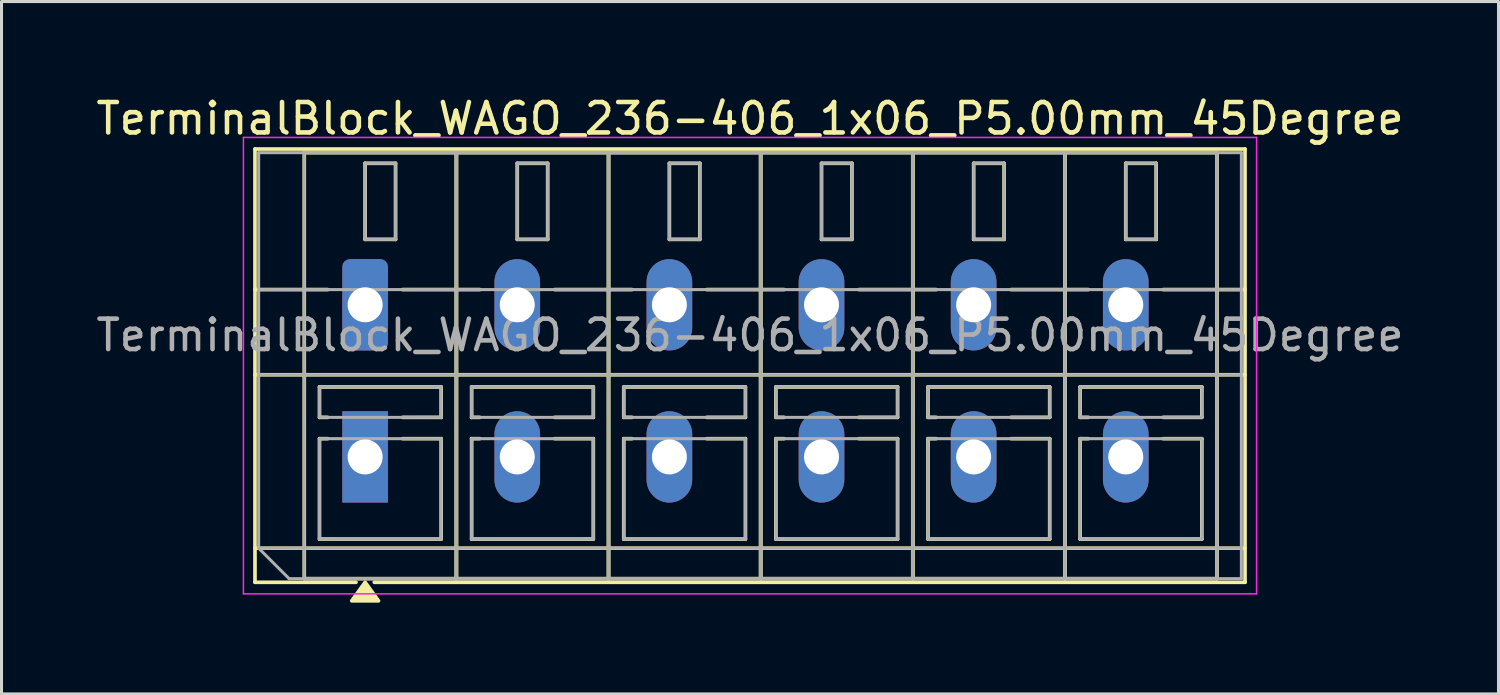
<source format=kicad_pcb>
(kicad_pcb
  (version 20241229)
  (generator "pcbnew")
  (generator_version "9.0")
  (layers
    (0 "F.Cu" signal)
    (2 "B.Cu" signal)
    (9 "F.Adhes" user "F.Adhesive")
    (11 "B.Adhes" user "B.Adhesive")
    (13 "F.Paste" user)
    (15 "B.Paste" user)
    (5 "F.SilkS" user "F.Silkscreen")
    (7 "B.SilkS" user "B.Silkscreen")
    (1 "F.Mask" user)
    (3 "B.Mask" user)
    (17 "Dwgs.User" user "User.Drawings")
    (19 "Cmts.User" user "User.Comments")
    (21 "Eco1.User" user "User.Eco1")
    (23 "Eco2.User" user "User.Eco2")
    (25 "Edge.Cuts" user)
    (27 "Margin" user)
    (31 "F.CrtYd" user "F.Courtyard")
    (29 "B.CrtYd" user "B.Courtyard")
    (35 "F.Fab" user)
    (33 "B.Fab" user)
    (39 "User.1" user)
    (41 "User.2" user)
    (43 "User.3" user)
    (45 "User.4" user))
  (footprint "TerminalBlock_WAGO_236-406_1x06_P5.00mm_45Degree"
    (layer "F.Cu")
    (at 8.951 6.968)
    (property "Reference" "TerminalBlock_WAGO_236-406_1x06_P5.00mm_45Degree" (at 12.65 -6.12 0) (layer "F.SilkS") (effects (font (size 1 1) (thickness 0.15))))
    (attr through_hole)
    (fp_line (start -3.62 -5.12) (end -3.62 9.12) (stroke (width 0.12) (type solid)) (layer "F.SilkS"))
    (fp_line (start -3.62 -5.12) (end 28.92 -5.12) (stroke (width 0.12) (type solid)) (layer "F.SilkS"))
    (fp_line (start -3.62 -0.5) (end -1.23 -0.5) (stroke (width 0.12) (type solid)) (layer "F.SilkS"))
    (fp_line (start -3.62 2.3) (end 28.92 2.3) (stroke (width 0.12) (type solid)) (layer "F.SilkS"))
    (fp_line (start -3.62 8) (end 28.92 8) (stroke (width 0.12) (type solid)) (layer "F.SilkS"))
    (fp_line (start -3.62 9.12) (end -0.3 9.12) (stroke (width 0.12) (type solid)) (layer "F.SilkS"))
    (fp_line (start -2 -5) (end -2 9) (stroke (width 0.12) (type solid)) (layer "F.SilkS"))
    (fp_line (start -2 -5) (end 3 -5) (stroke (width 0.12) (type solid)) (layer "F.SilkS"))
    (fp_line (start -2 9) (end 3 9) (stroke (width 0.12) (type solid)) (layer "F.SilkS"))
    (fp_line (start -1.5 2.7) (end -1.5 3.7) (stroke (width 0.12) (type solid)) (layer "F.SilkS"))
    (fp_line (start -1.5 2.7) (end 2.5 2.7) (stroke (width 0.12) (type solid)) (layer "F.SilkS"))
    (fp_line (start -1.5 3.7) (end -1.23 3.7) (stroke (width 0.12) (type solid)) (layer "F.SilkS"))
    (fp_line (start -1.5 4.4) (end -1.5 7.7) (stroke (width 0.12) (type solid)) (layer "F.SilkS"))
    (fp_line (start -1.5 4.4) (end -1.23 4.4) (stroke (width 0.12) (type solid)) (layer "F.SilkS"))
    (fp_line (start -1.5 7.7) (end 2.5 7.7) (stroke (width 0.12) (type solid)) (layer "F.SilkS"))
    (fp_line (start 0 -4.65) (end 0 -2.15) (stroke (width 0.12) (type solid)) (layer "F.SilkS"))
    (fp_line (start 0 -4.65) (end 1 -4.65) (stroke (width 0.12) (type solid)) (layer "F.SilkS"))
    (fp_line (start 0 -2.15) (end 1 -2.15) (stroke (width 0.12) (type solid)) (layer "F.SilkS"))
    (fp_line (start 0.3 9.12) (end 28.92 9.12) (stroke (width 0.12) (type solid)) (layer "F.SilkS"))
    (fp_line (start 1 -4.65) (end 1 -2.15) (stroke (width 0.12) (type solid)) (layer "F.SilkS"))
    (fp_line (start 1.23 -0.5) (end 3.77 -0.5) (stroke (width 0.12) (type solid)) (layer "F.SilkS"))
    (fp_line (start 1.23 3.7) (end 2.5 3.7) (stroke (width 0.12) (type solid)) (layer "F.SilkS"))
    (fp_line (start 1.23 4.4) (end 2.5 4.4) (stroke (width 0.12) (type solid)) (layer "F.SilkS"))
    (fp_line (start 2.5 2.7) (end 2.5 3.7) (stroke (width 0.12) (type solid)) (layer "F.SilkS"))
    (fp_line (start 2.5 4.4) (end 2.5 7.7) (stroke (width 0.12) (type solid)) (layer "F.SilkS"))
    (fp_line (start 3 -5) (end 3 9) (stroke (width 0.12) (type solid)) (layer "F.SilkS"))
    (fp_line (start 3 -5) (end 3 9) (stroke (width 0.12) (type solid)) (layer "F.SilkS"))
    (fp_line (start 3 -5) (end 8 -5) (stroke (width 0.12) (type solid)) (layer "F.SilkS"))
    (fp_line (start 3 9) (end 8 9) (stroke (width 0.12) (type solid)) (layer "F.SilkS"))
    (fp_line (start 3.5 2.7) (end 3.5 3.7) (stroke (width 0.12) (type solid)) (layer "F.SilkS"))
    (fp_line (start 3.5 2.7) (end 7.5 2.7) (stroke (width 0.12) (type solid)) (layer "F.SilkS"))
    (fp_line (start 3.5 3.7) (end 3.77 3.7) (stroke (width 0.12) (type solid)) (layer "F.SilkS"))
    (fp_line (start 3.5 4.4) (end 3.5 7.7) (stroke (width 0.12) (type solid)) (layer "F.SilkS"))
    (fp_line (start 3.5 4.4) (end 3.77 4.4) (stroke (width 0.12) (type solid)) (layer "F.SilkS"))
    (fp_line (start 3.5 7.7) (end 7.5 7.7) (stroke (width 0.12) (type solid)) (layer "F.SilkS"))
    (fp_line (start 5 -4.65) (end 5 -2.15) (stroke (width 0.12) (type solid)) (layer "F.SilkS"))
    (fp_line (start 5 -4.65) (end 6 -4.65) (stroke (width 0.12) (type solid)) (layer "F.SilkS"))
    (fp_line (start 5 -2.15) (end 6 -2.15) (stroke (width 0.12) (type solid)) (layer "F.SilkS"))
    (fp_line (start 6 -4.65) (end 6 -2.15) (stroke (width 0.12) (type solid)) (layer "F.SilkS"))
    (fp_line (start 6.23 -0.5) (end 8.77 -0.5) (stroke (width 0.12) (type solid)) (layer "F.SilkS"))
    (fp_line (start 6.23 3.7) (end 7.5 3.7) (stroke (width 0.12) (type solid)) (layer "F.SilkS"))
    (fp_line (start 6.23 4.4) (end 7.5 4.4) (stroke (width 0.12) (type solid)) (layer "F.SilkS"))
    (fp_line (start 7.5 2.7) (end 7.5 3.7) (stroke (width 0.12) (type solid)) (layer "F.SilkS"))
    (fp_line (start 7.5 4.4) (end 7.5 7.7) (stroke (width 0.12) (type solid)) (layer "F.SilkS"))
    (fp_line (start 8 -5) (end 8 9) (stroke (width 0.12) (type solid)) (layer "F.SilkS"))
    (fp_line (start 8 -5) (end 8 9) (stroke (width 0.12) (type solid)) (layer "F.SilkS"))
    (fp_line (start 8 -5) (end 13 -5) (stroke (width 0.12) (type solid)) (layer "F.SilkS"))
    (fp_line (start 8 9) (end 13 9) (stroke (width 0.12) (type solid)) (layer "F.SilkS"))
    (fp_line (start 8.5 2.7) (end 8.5 3.7) (stroke (width 0.12) (type solid)) (layer "F.SilkS"))
    (fp_line (start 8.5 2.7) (end 12.5 2.7) (stroke (width 0.12) (type solid)) (layer "F.SilkS"))
    (fp_line (start 8.5 3.7) (end 8.77 3.7) (stroke (width 0.12) (type solid)) (layer "F.SilkS"))
    (fp_line (start 8.5 4.4) (end 8.5 7.7) (stroke (width 0.12) (type solid)) (layer "F.SilkS"))
    (fp_line (start 8.5 4.4) (end 8.77 4.4) (stroke (width 0.12) (type solid)) (layer "F.SilkS"))
    (fp_line (start 8.5 7.7) (end 12.5 7.7) (stroke (width 0.12) (type solid)) (layer "F.SilkS"))
    (fp_line (start 10 -4.65) (end 10 -2.15) (stroke (width 0.12) (type solid)) (layer "F.SilkS"))
    (fp_line (start 10 -4.65) (end 11 -4.65) (stroke (width 0.12) (type solid)) (layer "F.SilkS"))
    (fp_line (start 10 -2.15) (end 11 -2.15) (stroke (width 0.12) (type solid)) (layer "F.SilkS"))
    (fp_line (start 11 -4.65) (end 11 -2.15) (stroke (width 0.12) (type solid)) (layer "F.SilkS"))
    (fp_line (start 11.23 -0.5) (end 13.77 -0.5) (stroke (width 0.12) (type solid)) (layer "F.SilkS"))
    (fp_line (start 11.23 3.7) (end 12.5 3.7) (stroke (width 0.12) (type solid)) (layer "F.SilkS"))
    (fp_line (start 11.23 4.4) (end 12.5 4.4) (stroke (width 0.12) (type solid)) (layer "F.SilkS"))
    (fp_line (start 12.5 2.7) (end 12.5 3.7) (stroke (width 0.12) (type solid)) (layer "F.SilkS"))
    (fp_line (start 12.5 4.4) (end 12.5 7.7) (stroke (width 0.12) (type solid)) (layer "F.SilkS"))
    (fp_line (start 13 -5) (end 13 9) (stroke (width 0.12) (type solid)) (layer "F.SilkS"))
    (fp_line (start 13 -5) (end 13 9) (stroke (width 0.12) (type solid)) (layer "F.SilkS"))
    (fp_line (start 13 -5) (end 18 -5) (stroke (width 0.12) (type solid)) (layer "F.SilkS"))
    (fp_line (start 13 9) (end 18 9) (stroke (width 0.12) (type solid)) (layer "F.SilkS"))
    (fp_line (start 13.5 2.7) (end 13.5 3.7) (stroke (width 0.12) (type solid)) (layer "F.SilkS"))
    (fp_line (start 13.5 2.7) (end 17.5 2.7) (stroke (width 0.12) (type solid)) (layer "F.SilkS"))
    (fp_line (start 13.5 3.7) (end 13.77 3.7) (stroke (width 0.12) (type solid)) (layer "F.SilkS"))
    (fp_line (start 13.5 4.4) (end 13.5 7.7) (stroke (width 0.12) (type solid)) (layer "F.SilkS"))
    (fp_line (start 13.5 4.4) (end 13.77 4.4) (stroke (width 0.12) (type solid)) (layer "F.SilkS"))
    (fp_line (start 13.5 7.7) (end 17.5 7.7) (stroke (width 0.12) (type solid)) (layer "F.SilkS"))
    (fp_line (start 15 -4.65) (end 15 -2.15) (stroke (width 0.12) (type solid)) (layer "F.SilkS"))
    (fp_line (start 15 -4.65) (end 16 -4.65) (stroke (width 0.12) (type solid)) (layer "F.SilkS"))
    (fp_line (start 15 -2.15) (end 16 -2.15) (stroke (width 0.12) (type solid)) (layer "F.SilkS"))
    (fp_line (start 16 -4.65) (end 16 -2.15) (stroke (width 0.12) (type solid)) (layer "F.SilkS"))
    (fp_line (start 16.23 -0.5) (end 18.77 -0.5) (stroke (width 0.12) (type solid)) (layer "F.SilkS"))
    (fp_line (start 16.23 3.7) (end 17.5 3.7) (stroke (width 0.12) (type solid)) (layer "F.SilkS"))
    (fp_line (start 16.23 4.4) (end 17.5 4.4) (stroke (width 0.12) (type solid)) (layer "F.SilkS"))
    (fp_line (start 17.5 2.7) (end 17.5 3.7) (stroke (width 0.12) (type solid)) (layer "F.SilkS"))
    (fp_line (start 17.5 4.4) (end 17.5 7.7) (stroke (width 0.12) (type solid)) (layer "F.SilkS"))
    (fp_line (start 18 -5) (end 18 9) (stroke (width 0.12) (type solid)) (layer "F.SilkS"))
    (fp_line (start 18 -5) (end 18 9) (stroke (width 0.12) (type solid)) (layer "F.SilkS"))
    (fp_line (start 18 -5) (end 23 -5) (stroke (width 0.12) (type solid)) (layer "F.SilkS"))
    (fp_line (start 18 9) (end 23 9) (stroke (width 0.12) (type solid)) (layer "F.SilkS"))
    (fp_line (start 18.5 2.7) (end 18.5 3.7) (stroke (width 0.12) (type solid)) (layer "F.SilkS"))
    (fp_line (start 18.5 2.7) (end 22.5 2.7) (stroke (width 0.12) (type solid)) (layer "F.SilkS"))
    (fp_line (start 18.5 3.7) (end 18.77 3.7) (stroke (width 0.12) (type solid)) (layer "F.SilkS"))
    (fp_line (start 18.5 4.4) (end 18.5 7.7) (stroke (width 0.12) (type solid)) (layer "F.SilkS"))
    (fp_line (start 18.5 4.4) (end 18.77 4.4) (stroke (width 0.12) (type solid)) (layer "F.SilkS"))
    (fp_line (start 18.5 7.7) (end 22.5 7.7) (stroke (width 0.12) (type solid)) (layer "F.SilkS"))
    (fp_line (start 20 -4.65) (end 20 -2.15) (stroke (width 0.12) (type solid)) (layer "F.SilkS"))
    (fp_line (start 20 -4.65) (end 21 -4.65) (stroke (width 0.12) (type solid)) (layer "F.SilkS"))
    (fp_line (start 20 -2.15) (end 21 -2.15) (stroke (width 0.12) (type solid)) (layer "F.SilkS"))
    (fp_line (start 21 -4.65) (end 21 -2.15) (stroke (width 0.12) (type solid)) (layer "F.SilkS"))
    (fp_line (start 21.23 -0.5) (end 23.77 -0.5) (stroke (width 0.12) (type solid)) (layer "F.SilkS"))
    (fp_line (start 21.23 3.7) (end 22.5 3.7) (stroke (width 0.12) (type solid)) (layer "F.SilkS"))
    (fp_line (start 21.23 4.4) (end 22.5 4.4) (stroke (width 0.12) (type solid)) (layer "F.SilkS"))
    (fp_line (start 22.5 2.7) (end 22.5 3.7) (stroke (width 0.12) (type solid)) (layer "F.SilkS"))
    (fp_line (start 22.5 4.4) (end 22.5 7.7) (stroke (width 0.12) (type solid)) (layer "F.SilkS"))
    (fp_line (start 23 -5) (end 23 9) (stroke (width 0.12) (type solid)) (layer "F.SilkS"))
    (fp_line (start 23 -5) (end 23 9) (stroke (width 0.12) (type solid)) (layer "F.SilkS"))
    (fp_line (start 23 -5) (end 28 -5) (stroke (width 0.12) (type solid)) (layer "F.SilkS"))
    (fp_line (start 23 9) (end 28 9) (stroke (width 0.12) (type solid)) (layer "F.SilkS"))
    (fp_line (start 23.5 2.7) (end 23.5 3.7) (stroke (width 0.12) (type solid)) (layer "F.SilkS"))
    (fp_line (start 23.5 2.7) (end 27.5 2.7) (stroke (width 0.12) (type solid)) (layer "F.SilkS"))
    (fp_line (start 23.5 3.7) (end 23.77 3.7) (stroke (width 0.12) (type solid)) (layer "F.SilkS"))
    (fp_line (start 23.5 4.4) (end 23.5 7.7) (stroke (width 0.12) (type solid)) (layer "F.SilkS"))
    (fp_line (start 23.5 4.4) (end 23.77 4.4) (stroke (width 0.12) (type solid)) (layer "F.SilkS"))
    (fp_line (start 23.5 7.7) (end 27.5 7.7) (stroke (width 0.12) (type solid)) (layer "F.SilkS"))
    (fp_line (start 25 -4.65) (end 25 -2.15) (stroke (width 0.12) (type solid)) (layer "F.SilkS"))
    (fp_line (start 25 -4.65) (end 26 -4.65) (stroke (width 0.12) (type solid)) (layer "F.SilkS"))
    (fp_line (start 25 -2.15) (end 26 -2.15) (stroke (width 0.12) (type solid)) (layer "F.SilkS"))
    (fp_line (start 26 -4.65) (end 26 -2.15) (stroke (width 0.12) (type solid)) (layer "F.SilkS"))
    (fp_line (start 26.23 -0.5) (end 28.92 -0.5) (stroke (width 0.12) (type solid)) (layer "F.SilkS"))
    (fp_line (start 26.23 3.7) (end 27.5 3.7) (stroke (width 0.12) (type solid)) (layer "F.SilkS"))
    (fp_line (start 26.23 4.4) (end 27.5 4.4) (stroke (width 0.12) (type solid)) (layer "F.SilkS"))
    (fp_line (start 27.5 2.7) (end 27.5 3.7) (stroke (width 0.12) (type solid)) (layer "F.SilkS"))
    (fp_line (start 27.5 4.4) (end 27.5 7.7) (stroke (width 0.12) (type solid)) (layer "F.SilkS"))
    (fp_line (start 28 -5) (end 28 9) (stroke (width 0.12) (type solid)) (layer "F.SilkS"))
    (fp_line (start 28.92 -5.12) (end 28.92 9.12) (stroke (width 0.12) (type solid)) (layer "F.SilkS"))
    (fp_poly (pts (xy 0 9.12) (xy 0.44 9.73) (xy -0.44 9.73)) (stroke (width 0.12) (type solid)) (fill yes) (layer "F.SilkS"))
    (fp_line (start -4 -5.5) (end -4 9.5) (stroke (width 0.05) (type solid)) (layer "F.CrtYd"))
    (fp_line (start -4 9.5) (end 29.3 9.5) (stroke (width 0.05) (type solid)) (layer "F.CrtYd"))
    (fp_line (start 29.3 -5.5) (end -4 -5.5) (stroke (width 0.05) (type solid)) (layer "F.CrtYd"))
    (fp_line (start 29.3 9.5) (end 29.3 -5.5) (stroke (width 0.05) (type solid)) (layer "F.CrtYd"))
    (fp_line (start -3.5 -5) (end 28.8 -5) (stroke (width 0.1) (type solid)) (layer "F.Fab"))
    (fp_line (start -3.5 -0.5) (end 28.8 -0.5) (stroke (width 0.1) (type solid)) (layer "F.Fab"))
    (fp_line (start -3.5 2.3) (end 28.8 2.3) (stroke (width 0.1) (type solid)) (layer "F.Fab"))
    (fp_line (start -3.5 8) (end -3.5 -5) (stroke (width 0.1) (type solid)) (layer "F.Fab"))
    (fp_line (start -3.5 8) (end 28.8 8) (stroke (width 0.1) (type solid)) (layer "F.Fab"))
    (fp_line (start -2.5 9) (end -3.5 8) (stroke (width 0.1) (type solid)) (layer "F.Fab"))
    (fp_line (start -2 -5) (end -2 9) (stroke (width 0.1) (type solid)) (layer "F.Fab"))
    (fp_line (start -2 9) (end 3 9) (stroke (width 0.1) (type solid)) (layer "F.Fab"))
    (fp_line (start -1.5 2.7) (end -1.5 3.7) (stroke (width 0.1) (type solid)) (layer "F.Fab"))
    (fp_line (start -1.5 3.7) (end 2.5 3.7) (stroke (width 0.1) (type solid)) (layer "F.Fab"))
    (fp_line (start -1.5 4.4) (end -1.5 7.7) (stroke (width 0.1) (type solid)) (layer "F.Fab"))
    (fp_line (start -1.5 7.7) (end 2.5 7.7) (stroke (width 0.1) (type solid)) (layer "F.Fab"))
    (fp_line (start 0 -4.65) (end 0 -2.15) (stroke (width 0.1) (type solid)) (layer "F.Fab"))
    (fp_line (start 0 -2.15) (end 1 -2.15) (stroke (width 0.1) (type solid)) (layer "F.Fab"))
    (fp_line (start 1 -4.65) (end 0 -4.65) (stroke (width 0.1) (type solid)) (layer "F.Fab"))
    (fp_line (start 1 -2.15) (end 1 -4.65) (stroke (width 0.1) (type solid)) (layer "F.Fab"))
    (fp_line (start 2.5 2.7) (end -1.5 2.7) (stroke (width 0.1) (type solid)) (layer "F.Fab"))
    (fp_line (start 2.5 3.7) (end 2.5 2.7) (stroke (width 0.1) (type solid)) (layer "F.Fab"))
    (fp_line (start 2.5 4.4) (end -1.5 4.4) (stroke (width 0.1) (type solid)) (layer "F.Fab"))
    (fp_line (start 2.5 7.7) (end 2.5 4.4) (stroke (width 0.1) (type solid)) (layer "F.Fab"))
    (fp_line (start 3 -5) (end -2 -5) (stroke (width 0.1) (type solid)) (layer "F.Fab"))
    (fp_line (start 3 -5) (end 3 9) (stroke (width 0.1) (type solid)) (layer "F.Fab"))
    (fp_line (start 3 9) (end 3 -5) (stroke (width 0.1) (type solid)) (layer "F.Fab"))
    (fp_line (start 3 9) (end 8 9) (stroke (width 0.1) (type solid)) (layer "F.Fab"))
    (fp_line (start 3.5 2.7) (end 3.5 3.7) (stroke (width 0.1) (type solid)) (layer "F.Fab"))
    (fp_line (start 3.5 3.7) (end 7.5 3.7) (stroke (width 0.1) (type solid)) (layer "F.Fab"))
    (fp_line (start 3.5 4.4) (end 3.5 7.7) (stroke (width 0.1) (type solid)) (layer "F.Fab"))
    (fp_line (start 3.5 7.7) (end 7.5 7.7) (stroke (width 0.1) (type solid)) (layer "F.Fab"))
    (fp_line (start 5 -4.65) (end 5 -2.15) (stroke (width 0.1) (type solid)) (layer "F.Fab"))
    (fp_line (start 5 -2.15) (end 6 -2.15) (stroke (width 0.1) (type solid)) (layer "F.Fab"))
    (fp_line (start 6 -4.65) (end 5 -4.65) (stroke (width 0.1) (type solid)) (layer "F.Fab"))
    (fp_line (start 6 -2.15) (end 6 -4.65) (stroke (width 0.1) (type solid)) (layer "F.Fab"))
    (fp_line (start 7.5 2.7) (end 3.5 2.7) (stroke (width 0.1) (type solid)) (layer "F.Fab"))
    (fp_line (start 7.5 3.7) (end 7.5 2.7) (stroke (width 0.1) (type solid)) (layer "F.Fab"))
    (fp_line (start 7.5 4.4) (end 3.5 4.4) (stroke (width 0.1) (type solid)) (layer "F.Fab"))
    (fp_line (start 7.5 7.7) (end 7.5 4.4) (stroke (width 0.1) (type solid)) (layer "F.Fab"))
    (fp_line (start 8 -5) (end 3 -5) (stroke (width 0.1) (type solid)) (layer "F.Fab"))
    (fp_line (start 8 -5) (end 8 9) (stroke (width 0.1) (type solid)) (layer "F.Fab"))
    (fp_line (start 8 9) (end 8 -5) (stroke (width 0.1) (type solid)) (layer "F.Fab"))
    (fp_line (start 8 9) (end 13 9) (stroke (width 0.1) (type solid)) (layer "F.Fab"))
    (fp_line (start 8.5 2.7) (end 8.5 3.7) (stroke (width 0.1) (type solid)) (layer "F.Fab"))
    (fp_line (start 8.5 3.7) (end 12.5 3.7) (stroke (width 0.1) (type solid)) (layer "F.Fab"))
    (fp_line (start 8.5 4.4) (end 8.5 7.7) (stroke (width 0.1) (type solid)) (layer "F.Fab"))
    (fp_line (start 8.5 7.7) (end 12.5 7.7) (stroke (width 0.1) (type solid)) (layer "F.Fab"))
    (fp_line (start 10 -4.65) (end 10 -2.15) (stroke (width 0.1) (type solid)) (layer "F.Fab"))
    (fp_line (start 10 -2.15) (end 11 -2.15) (stroke (width 0.1) (type solid)) (layer "F.Fab"))
    (fp_line (start 11 -4.65) (end 10 -4.65) (stroke (width 0.1) (type solid)) (layer "F.Fab"))
    (fp_line (start 11 -2.15) (end 11 -4.65) (stroke (width 0.1) (type solid)) (layer "F.Fab"))
    (fp_line (start 12.5 2.7) (end 8.5 2.7) (stroke (width 0.1) (type solid)) (layer "F.Fab"))
    (fp_line (start 12.5 3.7) (end 12.5 2.7) (stroke (width 0.1) (type solid)) (layer "F.Fab"))
    (fp_line (start 12.5 4.4) (end 8.5 4.4) (stroke (width 0.1) (type solid)) (layer "F.Fab"))
    (fp_line (start 12.5 7.7) (end 12.5 4.4) (stroke (width 0.1) (type solid)) (layer "F.Fab"))
    (fp_line (start 13 -5) (end 8 -5) (stroke (width 0.1) (type solid)) (layer "F.Fab"))
    (fp_line (start 13 -5) (end 13 9) (stroke (width 0.1) (type solid)) (layer "F.Fab"))
    (fp_line (start 13 9) (end 13 -5) (stroke (width 0.1) (type solid)) (layer "F.Fab"))
    (fp_line (start 13 9) (end 18 9) (stroke (width 0.1) (type solid)) (layer "F.Fab"))
    (fp_line (start 13.5 2.7) (end 13.5 3.7) (stroke (width 0.1) (type solid)) (layer "F.Fab"))
    (fp_line (start 13.5 3.7) (end 17.5 3.7) (stroke (width 0.1) (type solid)) (layer "F.Fab"))
    (fp_line (start 13.5 4.4) (end 13.5 7.7) (stroke (width 0.1) (type solid)) (layer "F.Fab"))
    (fp_line (start 13.5 7.7) (end 17.5 7.7) (stroke (width 0.1) (type solid)) (layer "F.Fab"))
    (fp_line (start 15 -4.65) (end 15 -2.15) (stroke (width 0.1) (type solid)) (layer "F.Fab"))
    (fp_line (start 15 -2.15) (end 16 -2.15) (stroke (width 0.1) (type solid)) (layer "F.Fab"))
    (fp_line (start 16 -4.65) (end 15 -4.65) (stroke (width 0.1) (type solid)) (layer "F.Fab"))
    (fp_line (start 16 -2.15) (end 16 -4.65) (stroke (width 0.1) (type solid)) (layer "F.Fab"))
    (fp_line (start 17.5 2.7) (end 13.5 2.7) (stroke (width 0.1) (type solid)) (layer "F.Fab"))
    (fp_line (start 17.5 3.7) (end 17.5 2.7) (stroke (width 0.1) (type solid)) (layer "F.Fab"))
    (fp_line (start 17.5 4.4) (end 13.5 4.4) (stroke (width 0.1) (type solid)) (layer "F.Fab"))
    (fp_line (start 17.5 7.7) (end 17.5 4.4) (stroke (width 0.1) (type solid)) (layer "F.Fab"))
    (fp_line (start 18 -5) (end 13 -5) (stroke (width 0.1) (type solid)) (layer "F.Fab"))
    (fp_line (start 18 -5) (end 18 9) (stroke (width 0.1) (type solid)) (layer "F.Fab"))
    (fp_line (start 18 9) (end 18 -5) (stroke (width 0.1) (type solid)) (layer "F.Fab"))
    (fp_line (start 18 9) (end 23 9) (stroke (width 0.1) (type solid)) (layer "F.Fab"))
    (fp_line (start 18.5 2.7) (end 18.5 3.7) (stroke (width 0.1) (type solid)) (layer "F.Fab"))
    (fp_line (start 18.5 3.7) (end 22.5 3.7) (stroke (width 0.1) (type solid)) (layer "F.Fab"))
    (fp_line (start 18.5 4.4) (end 18.5 7.7) (stroke (width 0.1) (type solid)) (layer "F.Fab"))
    (fp_line (start 18.5 7.7) (end 22.5 7.7) (stroke (width 0.1) (type solid)) (layer "F.Fab"))
    (fp_line (start 20 -4.65) (end 20 -2.15) (stroke (width 0.1) (type solid)) (layer "F.Fab"))
    (fp_line (start 20 -2.15) (end 21 -2.15) (stroke (width 0.1) (type solid)) (layer "F.Fab"))
    (fp_line (start 21 -4.65) (end 20 -4.65) (stroke (width 0.1) (type solid)) (layer "F.Fab"))
    (fp_line (start 21 -2.15) (end 21 -4.65) (stroke (width 0.1) (type solid)) (layer "F.Fab"))
    (fp_line (start 22.5 2.7) (end 18.5 2.7) (stroke (width 0.1) (type solid)) (layer "F.Fab"))
    (fp_line (start 22.5 3.7) (end 22.5 2.7) (stroke (width 0.1) (type solid)) (layer "F.Fab"))
    (fp_line (start 22.5 4.4) (end 18.5 4.4) (stroke (width 0.1) (type solid)) (layer "F.Fab"))
    (fp_line (start 22.5 7.7) (end 22.5 4.4) (stroke (width 0.1) (type solid)) (layer "F.Fab"))
    (fp_line (start 23 -5) (end 18 -5) (stroke (width 0.1) (type solid)) (layer "F.Fab"))
    (fp_line (start 23 -5) (end 23 9) (stroke (width 0.1) (type solid)) (layer "F.Fab"))
    (fp_line (start 23 9) (end 23 -5) (stroke (width 0.1) (type solid)) (layer "F.Fab"))
    (fp_line (start 23 9) (end 28 9) (stroke (width 0.1) (type solid)) (layer "F.Fab"))
    (fp_line (start 23.5 2.7) (end 23.5 3.7) (stroke (width 0.1) (type solid)) (layer "F.Fab"))
    (fp_line (start 23.5 3.7) (end 27.5 3.7) (stroke (width 0.1) (type solid)) (layer "F.Fab"))
    (fp_line (start 23.5 4.4) (end 23.5 7.7) (stroke (width 0.1) (type solid)) (layer "F.Fab"))
    (fp_line (start 23.5 7.7) (end 27.5 7.7) (stroke (width 0.1) (type solid)) (layer "F.Fab"))
    (fp_line (start 25 -4.65) (end 25 -2.15) (stroke (width 0.1) (type solid)) (layer "F.Fab"))
    (fp_line (start 25 -2.15) (end 26 -2.15) (stroke (width 0.1) (type solid)) (layer "F.Fab"))
    (fp_line (start 26 -4.65) (end 25 -4.65) (stroke (width 0.1) (type solid)) (layer "F.Fab"))
    (fp_line (start 26 -2.15) (end 26 -4.65) (stroke (width 0.1) (type solid)) (layer "F.Fab"))
    (fp_line (start 27.5 2.7) (end 23.5 2.7) (stroke (width 0.1) (type solid)) (layer "F.Fab"))
    (fp_line (start 27.5 3.7) (end 27.5 2.7) (stroke (width 0.1) (type solid)) (layer "F.Fab"))
    (fp_line (start 27.5 4.4) (end 23.5 4.4) (stroke (width 0.1) (type solid)) (layer "F.Fab"))
    (fp_line (start 27.5 7.7) (end 27.5 4.4) (stroke (width 0.1) (type solid)) (layer "F.Fab"))
    (fp_line (start 28 -5) (end 23 -5) (stroke (width 0.1) (type solid)) (layer "F.Fab"))
    (fp_line (start 28 9) (end 28 -5) (stroke (width 0.1) (type solid)) (layer "F.Fab"))
    (fp_line (start 28.8 -5) (end 28.8 9) (stroke (width 0.1) (type solid)) (layer "F.Fab"))
    (fp_line (start 28.8 9) (end -2.5 9) (stroke (width 0.1) (type solid)) (layer "F.Fab"))
    (fp_text user "${REFERENCE}" (at 12.65 1 0) (layer "F.Fab") (effects (font (size 1 1) (thickness 0.15))))
    (pad "1" thru_hole roundrect (at 0 0) (size 1.5 3) (drill 1.15) (layers "*.Cu" "*.Mask") (roundrect_rratio 0.167))
    (pad "1" thru_hole rect (at 0 5) (size 1.5 3) (drill 1.15) (layers "*.Cu" "*.Mask"))
    (pad "2" thru_hole oval (at 5 0) (size 1.5 3) (drill 1.15) (layers "*.Cu" "*.Mask"))
    (pad "2" thru_hole oval (at 5 5) (size 1.5 3) (drill 1.15) (layers "*.Cu" "*.Mask"))
    (pad "3" thru_hole oval (at 10 0) (size 1.5 3) (drill 1.15) (layers "*.Cu" "*.Mask"))
    (pad "3" thru_hole oval (at 10 5) (size 1.5 3) (drill 1.15) (layers "*.Cu" "*.Mask"))
    (pad "4" thru_hole oval (at 15 0) (size 1.5 3) (drill 1.15) (layers "*.Cu" "*.Mask"))
    (pad "4" thru_hole oval (at 15 5) (size 1.5 3) (drill 1.15) (layers "*.Cu" "*.Mask"))
    (pad "5" thru_hole oval (at 20 0) (size 1.5 3) (drill 1.15) (layers "*.Cu" "*.Mask"))
    (pad "5" thru_hole oval (at 20 5) (size 1.5 3) (drill 1.15) (layers "*.Cu" "*.Mask"))
    (pad "6" thru_hole oval (at 25 0) (size 1.5 3) (drill 1.15) (layers "*.Cu" "*.Mask"))
    (pad "6" thru_hole oval (at 25 5) (size 1.5 3) (drill 1.15) (layers "*.Cu" "*.Mask")))
  (gr_rect
    (start -3 -3)
    (end 46.202 19.758)
    (stroke (width 0.1) (type default))
    (fill no)
    (layer "Edge.Cuts")))
</source>
